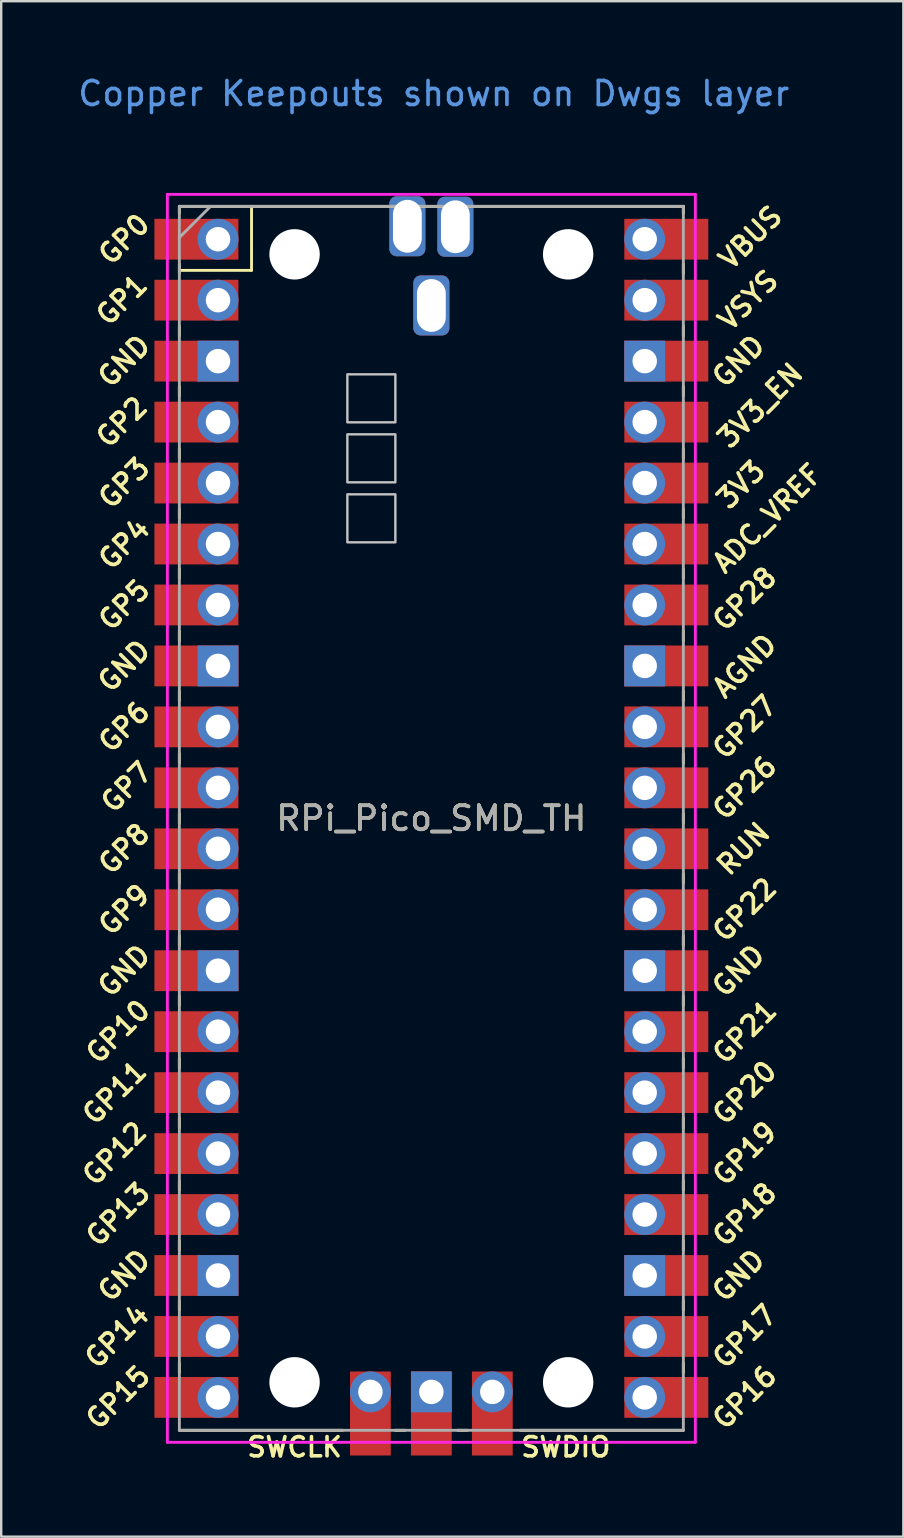
<source format=kicad_pcb>
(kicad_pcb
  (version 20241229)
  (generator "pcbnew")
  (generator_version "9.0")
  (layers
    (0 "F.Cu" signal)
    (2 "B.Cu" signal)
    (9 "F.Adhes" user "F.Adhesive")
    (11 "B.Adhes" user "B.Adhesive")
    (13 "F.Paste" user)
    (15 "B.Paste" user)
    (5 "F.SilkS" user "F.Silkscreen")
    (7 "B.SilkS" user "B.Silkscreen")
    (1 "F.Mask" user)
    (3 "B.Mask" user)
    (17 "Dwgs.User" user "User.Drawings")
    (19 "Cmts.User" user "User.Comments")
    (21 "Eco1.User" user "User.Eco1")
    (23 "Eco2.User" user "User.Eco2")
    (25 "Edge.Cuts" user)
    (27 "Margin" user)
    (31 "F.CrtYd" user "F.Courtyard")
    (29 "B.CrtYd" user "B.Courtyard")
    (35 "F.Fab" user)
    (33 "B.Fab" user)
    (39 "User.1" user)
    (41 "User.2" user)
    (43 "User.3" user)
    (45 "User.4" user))
  (footprint "RPi_Pico_SMD_TH"
    (layer "F.Cu")
    (at 14.924 31.048)
    (property "Reference" "RPi_Pico_SMD_TH" (at 0 0 0) (layer "F.SilkS") (effects (font (size 1 1) (thickness 0.15))))
    (attr through_hole)
    (fp_line (start -10.5 -25.5) (end -10.5 -25.2) (stroke (width 0.12) (type solid)) (layer "F.SilkS"))
    (fp_line (start -10.5 -25.5) (end 10.5 -25.5) (stroke (width 0.12) (type solid)) (layer "F.SilkS"))
    (fp_line (start -10.5 -23.1) (end -10.5 -22.7) (stroke (width 0.12) (type solid)) (layer "F.SilkS"))
    (fp_line (start -10.5 -22.833) (end -7.493 -22.833) (stroke (width 0.12) (type solid)) (layer "F.SilkS"))
    (fp_line (start -10.5 -20.5) (end -10.5 -20.1) (stroke (width 0.12) (type solid)) (layer "F.SilkS"))
    (fp_line (start -10.5 -18) (end -10.5 -17.6) (stroke (width 0.12) (type solid)) (layer "F.SilkS"))
    (fp_line (start -10.5 -15.4) (end -10.5 -15) (stroke (width 0.12) (type solid)) (layer "F.SilkS"))
    (fp_line (start -10.5 -12.9) (end -10.5 -12.5) (stroke (width 0.12) (type solid)) (layer "F.SilkS"))
    (fp_line (start -10.5 -10.4) (end -10.5 -10) (stroke (width 0.12) (type solid)) (layer "F.SilkS"))
    (fp_line (start -10.5 -7.8) (end -10.5 -7.4) (stroke (width 0.12) (type solid)) (layer "F.SilkS"))
    (fp_line (start -10.5 -5.3) (end -10.5 -4.9) (stroke (width 0.12) (type solid)) (layer "F.SilkS"))
    (fp_line (start -10.5 -2.7) (end -10.5 -2.3) (stroke (width 0.12) (type solid)) (layer "F.SilkS"))
    (fp_line (start -10.5 -0.2) (end -10.5 0.2) (stroke (width 0.12) (type solid)) (layer "F.SilkS"))
    (fp_line (start -10.5 2.3) (end -10.5 2.7) (stroke (width 0.12) (type solid)) (layer "F.SilkS"))
    (fp_line (start -10.5 4.9) (end -10.5 5.3) (stroke (width 0.12) (type solid)) (layer "F.SilkS"))
    (fp_line (start -10.5 7.4) (end -10.5 7.8) (stroke (width 0.12) (type solid)) (layer "F.SilkS"))
    (fp_line (start -10.5 10) (end -10.5 10.4) (stroke (width 0.12) (type solid)) (layer "F.SilkS"))
    (fp_line (start -10.5 12.5) (end -10.5 12.9) (stroke (width 0.12) (type solid)) (layer "F.SilkS"))
    (fp_line (start -10.5 15.1) (end -10.5 15.5) (stroke (width 0.12) (type solid)) (layer "F.SilkS"))
    (fp_line (start -10.5 17.6) (end -10.5 18) (stroke (width 0.12) (type solid)) (layer "F.SilkS"))
    (fp_line (start -10.5 20.1) (end -10.5 20.5) (stroke (width 0.12) (type solid)) (layer "F.SilkS"))
    (fp_line (start -10.5 22.7) (end -10.5 23.1) (stroke (width 0.12) (type solid)) (layer "F.SilkS"))
    (fp_line (start -7.493 -22.833) (end -7.493 -25.5) (stroke (width 0.12) (type solid)) (layer "F.SilkS"))
    (fp_line (start -3.7 25.5) (end -10.5 25.5) (stroke (width 0.12) (type solid)) (layer "F.SilkS"))
    (fp_line (start -1.5 25.5) (end -1.1 25.5) (stroke (width 0.12) (type solid)) (layer "F.SilkS"))
    (fp_line (start 1.1 25.5) (end 1.5 25.5) (stroke (width 0.12) (type solid)) (layer "F.SilkS"))
    (fp_line (start 10.5 -25.5) (end 10.5 -25.2) (stroke (width 0.12) (type solid)) (layer "F.SilkS"))
    (fp_line (start 10.5 -23.1) (end 10.5 -22.7) (stroke (width 0.12) (type solid)) (layer "F.SilkS"))
    (fp_line (start 10.5 -20.5) (end 10.5 -20.1) (stroke (width 0.12) (type solid)) (layer "F.SilkS"))
    (fp_line (start 10.5 -18) (end 10.5 -17.6) (stroke (width 0.12) (type solid)) (layer "F.SilkS"))
    (fp_line (start 10.5 -15.4) (end 10.5 -15) (stroke (width 0.12) (type solid)) (layer "F.SilkS"))
    (fp_line (start 10.5 -12.9) (end 10.5 -12.5) (stroke (width 0.12) (type solid)) (layer "F.SilkS"))
    (fp_line (start 10.5 -10.4) (end 10.5 -10) (stroke (width 0.12) (type solid)) (layer "F.SilkS"))
    (fp_line (start 10.5 -7.8) (end 10.5 -7.4) (stroke (width 0.12) (type solid)) (layer "F.SilkS"))
    (fp_line (start 10.5 -5.3) (end 10.5 -4.9) (stroke (width 0.12) (type solid)) (layer "F.SilkS"))
    (fp_line (start 10.5 -2.7) (end 10.5 -2.3) (stroke (width 0.12) (type solid)) (layer "F.SilkS"))
    (fp_line (start 10.5 -0.2) (end 10.5 0.2) (stroke (width 0.12) (type solid)) (layer "F.SilkS"))
    (fp_line (start 10.5 2.3) (end 10.5 2.7) (stroke (width 0.12) (type solid)) (layer "F.SilkS"))
    (fp_line (start 10.5 4.9) (end 10.5 5.3) (stroke (width 0.12) (type solid)) (layer "F.SilkS"))
    (fp_line (start 10.5 7.4) (end 10.5 7.8) (stroke (width 0.12) (type solid)) (layer "F.SilkS"))
    (fp_line (start 10.5 10) (end 10.5 10.4) (stroke (width 0.12) (type solid)) (layer "F.SilkS"))
    (fp_line (start 10.5 12.5) (end 10.5 12.9) (stroke (width 0.12) (type solid)) (layer "F.SilkS"))
    (fp_line (start 10.5 15.1) (end 10.5 15.5) (stroke (width 0.12) (type solid)) (layer "F.SilkS"))
    (fp_line (start 10.5 17.6) (end 10.5 18) (stroke (width 0.12) (type solid)) (layer "F.SilkS"))
    (fp_line (start 10.5 20.1) (end 10.5 20.5) (stroke (width 0.12) (type solid)) (layer "F.SilkS"))
    (fp_line (start 10.5 22.7) (end 10.5 23.1) (stroke (width 0.12) (type solid)) (layer "F.SilkS"))
    (fp_line (start 10.5 25.5) (end 3.7 25.5) (stroke (width 0.12) (type solid)) (layer "F.SilkS"))
    (fp_poly (pts (xy -1.5 -16.5) (xy -3.5 -16.5) (xy -3.5 -18.5) (xy -1.5 -18.5)) (stroke (width 0.1) (type solid)) (fill no) (layer "Dwgs.User"))
    (fp_poly (pts (xy -1.5 -14) (xy -3.5 -14) (xy -3.5 -16) (xy -1.5 -16)) (stroke (width 0.1) (type solid)) (fill no) (layer "Dwgs.User"))
    (fp_poly (pts (xy -1.5 -11.5) (xy -3.5 -11.5) (xy -3.5 -13.5) (xy -1.5 -13.5)) (stroke (width 0.1) (type solid)) (fill no) (layer "Dwgs.User"))
    (fp_line (start -11 -26) (end 11 -26) (stroke (width 0.12) (type solid)) (layer "F.CrtYd"))
    (fp_line (start -11 26) (end -11 -26) (stroke (width 0.12) (type solid)) (layer "F.CrtYd"))
    (fp_line (start 11 -26) (end 11 26) (stroke (width 0.12) (type solid)) (layer "F.CrtYd"))
    (fp_line (start 11 26) (end -11 26) (stroke (width 0.12) (type solid)) (layer "F.CrtYd"))
    (fp_line (start -10.5 -25.5) (end 10.5 -25.5) (stroke (width 0.12) (type solid)) (layer "F.Fab"))
    (fp_line (start -10.5 -24.2) (end -9.2 -25.5) (stroke (width 0.12) (type solid)) (layer "F.Fab"))
    (fp_line (start -10.5 25.5) (end -10.5 -25.5) (stroke (width 0.12) (type solid)) (layer "F.Fab"))
    (fp_line (start 10.5 -25.5) (end 10.5 25.5) (stroke (width 0.12) (type solid)) (layer "F.Fab"))
    (fp_line (start 10.5 25.5) (end -10.5 25.5) (stroke (width 0.12) (type solid)) (layer "F.Fab"))
    (fp_text user "GP0" (at -12.8 -24.13 45) (layer "F.SilkS") (effects (font (size 0.8 0.8) (thickness 0.15))))
    (fp_text user "GP9" (at -12.8 3.81 45) (layer "F.SilkS") (effects (font (size 0.8 0.8) (thickness 0.15))))
    (fp_text user "ADC_VREF" (at 14 -12.5 45) (layer "F.SilkS") (effects (font (size 0.8 0.8) (thickness 0.15))))
    (fp_text user "GP8" (at -12.8 1.27 45) (layer "F.SilkS") (effects (font (size 0.8 0.8) (thickness 0.15))))
    (fp_text user "GP16" (at 13.054 24.13 45) (layer "F.SilkS") (effects (font (size 0.8 0.8) (thickness 0.15))))
    (fp_text user "GP11" (at -13.2 11.43 45) (layer "F.SilkS") (effects (font (size 0.8 0.8) (thickness 0.15))))
    (fp_text user "GP18" (at 13.054 16.51 45) (layer "F.SilkS") (effects (font (size 0.8 0.8) (thickness 0.15))))
    (fp_text user "3V3" (at 12.9 -13.9 45) (layer "F.SilkS") (effects (font (size 0.8 0.8) (thickness 0.15))))
    (fp_text user "GP27" (at 13.054 -3.8 45) (layer "F.SilkS") (effects (font (size 0.8 0.8) (thickness 0.15))))
    (fp_text user "GP20" (at 13.054 11.43 45) (layer "F.SilkS") (effects (font (size 0.8 0.8) (thickness 0.15))))
    (fp_text user "GP5" (at -12.8 -8.89 45) (layer "F.SilkS") (effects (font (size 0.8 0.8) (thickness 0.15))))
    (fp_text user "GP22" (at 13.054 3.81 45) (layer "F.SilkS") (effects (font (size 0.8 0.8) (thickness 0.15))))
    (fp_text user "GP26" (at 13.054 -1.27 45) (layer "F.SilkS") (effects (font (size 0.8 0.8) (thickness 0.15))))
    (fp_text user "GP15" (at -13.054 24.13 45) (layer "F.SilkS") (effects (font (size 0.8 0.8) (thickness 0.15))))
    (fp_text user "GP1" (at -12.9 -21.6 45) (layer "F.SilkS") (effects (font (size 0.8 0.8) (thickness 0.15))))
    (fp_text user "SWDIO" (at 5.6 26.2 0) (layer "F.SilkS") (effects (font (size 0.8 0.8) (thickness 0.15))))
    (fp_text user "VBUS" (at 13.3 -24.2 45) (layer "F.SilkS") (effects (font (size 0.8 0.8) (thickness 0.15))))
    (fp_text user "GP13" (at -13.054 16.51 45) (layer "F.SilkS") (effects (font (size 0.8 0.8) (thickness 0.15))))
    (fp_text user "3V3_EN" (at 13.7 -17.2 45) (layer "F.SilkS") (effects (font (size 0.8 0.8) (thickness 0.15))))
    (fp_text user "GP28" (at 13.054 -9.144 45) (layer "F.SilkS") (effects (font (size 0.8 0.8) (thickness 0.15))))
    (fp_text user "GP7" (at -12.7 -1.3 45) (layer "F.SilkS") (effects (font (size 0.8 0.8) (thickness 0.15))))
    (fp_text user "GND" (at -12.8 -6.35 45) (layer "F.SilkS") (effects (font (size 0.8 0.8) (thickness 0.15))))
    (fp_text user "GND" (at -12.8 19.05 45) (layer "F.SilkS") (effects (font (size 0.8 0.8) (thickness 0.15))))
    (fp_text user "GP19" (at 13.054 13.97 45) (layer "F.SilkS") (effects (font (size 0.8 0.8) (thickness 0.15))))
    (fp_text user "GP4" (at -12.8 -11.43 45) (layer "F.SilkS") (effects (font (size 0.8 0.8) (thickness 0.15))))
    (fp_text user "GND" (at 12.8 6.35 45) (layer "F.SilkS") (effects (font (size 0.8 0.8) (thickness 0.15))))
    (fp_text user "GND" (at -12.8 -19.05 45) (layer "F.SilkS") (effects (font (size 0.8 0.8) (thickness 0.15))))
    (fp_text user "VSYS" (at 13.2 -21.59 45) (layer "F.SilkS") (effects (font (size 0.8 0.8) (thickness 0.15))))
    (fp_text user "GND" (at 12.8 19.05 45) (layer "F.SilkS") (effects (font (size 0.8 0.8) (thickness 0.15))))
    (fp_text user "GP12" (at -13.2 13.97 45) (layer "F.SilkS") (effects (font (size 0.8 0.8) (thickness 0.15))))
    (fp_text user "GP21" (at 13.054 8.9 45) (layer "F.SilkS") (effects (font (size 0.8 0.8) (thickness 0.15))))
    (fp_text user "RUN" (at 13 1.27 45) (layer "F.SilkS") (effects (font (size 0.8 0.8) (thickness 0.15))))
    (fp_text user "GP2" (at -12.9 -16.51 45) (layer "F.SilkS") (effects (font (size 0.8 0.8) (thickness 0.15))))
    (fp_text user "SWCLK" (at -5.7 26.2 0) (layer "F.SilkS") (effects (font (size 0.8 0.8) (thickness 0.15))))
    (fp_text user "GP14" (at -13.1 21.59 45) (layer "F.SilkS") (effects (font (size 0.8 0.8) (thickness 0.15))))
    (fp_text user "GP3" (at -12.8 -13.97 45) (layer "F.SilkS") (effects (font (size 0.8 0.8) (thickness 0.15))))
    (fp_text user "GP10" (at -13.054 8.89 45) (layer "F.SilkS") (effects (font (size 0.8 0.8) (thickness 0.15))))
    (fp_text user "AGND" (at 13.054 -6.35 45) (layer "F.SilkS") (effects (font (size 0.8 0.8) (thickness 0.15))))
    (fp_text user "GND" (at 12.8 -19.05 45) (layer "F.SilkS") (effects (font (size 0.8 0.8) (thickness 0.15))))
    (fp_text user "GP17" (at 13.054 21.59 45) (layer "F.SilkS") (effects (font (size 0.8 0.8) (thickness 0.15))))
    (fp_text user "GP6" (at -12.8 -3.81 45) (layer "F.SilkS") (effects (font (size 0.8 0.8) (thickness 0.15))))
    (fp_text user "GND" (at -12.8 6.35 45) (layer "F.SilkS") (effects (font (size 0.8 0.8) (thickness 0.15))))
    (fp_text user "Copper Keepouts shown on Dwgs layer" (at 0.1 -30.2 0) (layer "Cmts.User") (effects (font (size 1 1) (thickness 0.15))))
    (fp_text user "${REFERENCE}" (at 0 0 180) (layer "F.Fab") (effects (font (size 1 1) (thickness 0.15))))
    (pad "" np_thru_hole circle (at -5.7 -23.5) (size 2.1 2.1) (drill 2.1) (layers "*.Cu" "*.Mask"))
    (pad "" np_thru_hole circle (at -5.7 23.5) (size 2.1 2.1) (drill 2.1) (layers "*.Cu" "*.Mask"))
    (pad "" np_thru_hole circle (at 5.7 -23.5) (size 2.1 2.1) (drill 2.1) (layers "*.Cu" "*.Mask"))
    (pad "" np_thru_hole circle (at 5.7 23.5) (size 2.1 2.1) (drill 2.1) (layers "*.Cu" "*.Mask"))
    (pad "1" thru_hole oval (at -8.89 -24.13) (size 1.7 1.7) (drill 1.02) (layers "*.Cu" "*.Mask"))
    (pad "1" smd rect (at -8.89 -24.13) (size 3.5 1.7) (drill (offset -0.9 0)) (layers "F.Cu" "F.Mask"))
    (pad "2" thru_hole oval (at -8.89 -21.59) (size 1.7 1.7) (drill 1.02) (layers "*.Cu" "*.Mask"))
    (pad "2" smd rect (at -8.89 -21.59) (size 3.5 1.7) (drill (offset -0.9 0)) (layers "F.Cu" "F.Mask"))
    (pad "3" thru_hole rect (at -8.89 -19.05) (size 1.7 1.7) (drill 1.02) (layers "*.Cu" "*.Mask"))
    (pad "3" smd rect (at -8.89 -19.05) (size 3.5 1.7) (drill (offset -0.9 0)) (layers "F.Cu" "F.Mask"))
    (pad "4" thru_hole oval (at -8.89 -16.51) (size 1.7 1.7) (drill 1.02) (layers "*.Cu" "*.Mask"))
    (pad "4" smd rect (at -8.89 -16.51) (size 3.5 1.7) (drill (offset -0.9 0)) (layers "F.Cu" "F.Mask"))
    (pad "5" thru_hole oval (at -8.89 -13.97) (size 1.7 1.7) (drill 1.02) (layers "*.Cu" "*.Mask"))
    (pad "5" smd rect (at -8.89 -13.97) (size 3.5 1.7) (drill (offset -0.9 0)) (layers "F.Cu" "F.Mask"))
    (pad "6" thru_hole oval (at -8.89 -11.43) (size 1.7 1.7) (drill 1.02) (layers "*.Cu" "*.Mask"))
    (pad "6" smd rect (at -8.89 -11.43) (size 3.5 1.7) (drill (offset -0.9 0)) (layers "F.Cu" "F.Mask"))
    (pad "7" thru_hole oval (at -8.89 -8.89) (size 1.7 1.7) (drill 1.02) (layers "*.Cu" "*.Mask"))
    (pad "7" smd rect (at -8.89 -8.89) (size 3.5 1.7) (drill (offset -0.9 0)) (layers "F.Cu" "F.Mask"))
    (pad "8" thru_hole rect (at -8.89 -6.35) (size 1.7 1.7) (drill 1.02) (layers "*.Cu" "*.Mask"))
    (pad "8" smd rect (at -8.89 -6.35) (size 3.5 1.7) (drill (offset -0.9 0)) (layers "F.Cu" "F.Mask"))
    (pad "9" thru_hole oval (at -8.89 -3.81) (size 1.7 1.7) (drill 1.02) (layers "*.Cu" "*.Mask"))
    (pad "9" smd rect (at -8.89 -3.81) (size 3.5 1.7) (drill (offset -0.9 0)) (layers "F.Cu" "F.Mask"))
    (pad "10" thru_hole oval (at -8.89 -1.27) (size 1.7 1.7) (drill 1.02) (layers "*.Cu" "*.Mask"))
    (pad "10" smd rect (at -8.89 -1.27) (size 3.5 1.7) (drill (offset -0.9 0)) (layers "F.Cu" "F.Mask"))
    (pad "11" thru_hole oval (at -8.89 1.27) (size 1.7 1.7) (drill 1.02) (layers "*.Cu" "*.Mask"))
    (pad "11" smd rect (at -8.89 1.27) (size 3.5 1.7) (drill (offset -0.9 0)) (layers "F.Cu" "F.Mask"))
    (pad "12" thru_hole oval (at -8.89 3.81) (size 1.7 1.7) (drill 1.02) (layers "*.Cu" "*.Mask"))
    (pad "12" smd rect (at -8.89 3.81) (size 3.5 1.7) (drill (offset -0.9 0)) (layers "F.Cu" "F.Mask"))
    (pad "13" thru_hole rect (at -8.89 6.35) (size 1.7 1.7) (drill 1.02) (layers "*.Cu" "*.Mask"))
    (pad "13" smd rect (at -8.89 6.35) (size 3.5 1.7) (drill (offset -0.9 0)) (layers "F.Cu" "F.Mask"))
    (pad "14" thru_hole oval (at -8.89 8.89) (size 1.7 1.7) (drill 1.02) (layers "*.Cu" "*.Mask"))
    (pad "14" smd rect (at -8.89 8.89) (size 3.5 1.7) (drill (offset -0.9 0)) (layers "F.Cu" "F.Mask"))
    (pad "15" thru_hole oval (at -8.89 11.43) (size 1.7 1.7) (drill 1.02) (layers "*.Cu" "*.Mask"))
    (pad "15" smd rect (at -8.89 11.43) (size 3.5 1.7) (drill (offset -0.9 0)) (layers "F.Cu" "F.Mask"))
    (pad "16" thru_hole oval (at -8.89 13.97) (size 1.7 1.7) (drill 1.02) (layers "*.Cu" "*.Mask"))
    (pad "16" smd rect (at -8.89 13.97) (size 3.5 1.7) (drill (offset -0.9 0)) (layers "F.Cu" "F.Mask"))
    (pad "17" thru_hole oval (at -8.89 16.51) (size 1.7 1.7) (drill 1.02) (layers "*.Cu" "*.Mask"))
    (pad "17" smd rect (at -8.89 16.51) (size 3.5 1.7) (drill (offset -0.9 0)) (layers "F.Cu" "F.Mask"))
    (pad "18" thru_hole rect (at -8.89 19.05) (size 1.7 1.7) (drill 1.02) (layers "*.Cu" "*.Mask"))
    (pad "18" smd rect (at -8.89 19.05) (size 3.5 1.7) (drill (offset -0.9 0)) (layers "F.Cu" "F.Mask"))
    (pad "19" thru_hole oval (at -8.89 21.59) (size 1.7 1.7) (drill 1.02) (layers "*.Cu" "*.Mask"))
    (pad "19" smd rect (at -8.89 21.59) (size 3.5 1.7) (drill (offset -0.9 0)) (layers "F.Cu" "F.Mask"))
    (pad "20" thru_hole oval (at -8.89 24.13) (size 1.7 1.7) (drill 1.02) (layers "*.Cu" "*.Mask"))
    (pad "20" smd rect (at -8.89 24.13) (size 3.5 1.7) (drill (offset -0.9 0)) (layers "F.Cu" "F.Mask"))
    (pad "21" thru_hole oval (at 8.89 24.13) (size 1.7 1.7) (drill 1.02) (layers "*.Cu" "*.Mask"))
    (pad "21" smd rect (at 8.89 24.13) (size 3.5 1.7) (drill (offset 0.9 0)) (layers "F.Cu" "F.Mask"))
    (pad "22" thru_hole oval (at 8.89 21.59) (size 1.7 1.7) (drill 1.02) (layers "*.Cu" "*.Mask"))
    (pad "22" smd rect (at 8.89 21.59) (size 3.5 1.7) (drill (offset 0.9 0)) (layers "F.Cu" "F.Mask"))
    (pad "23" thru_hole rect (at 8.89 19.05) (size 1.7 1.7) (drill 1.02) (layers "*.Cu" "*.Mask"))
    (pad "23" smd rect (at 8.89 19.05) (size 3.5 1.7) (drill (offset 0.9 0)) (layers "F.Cu" "F.Mask"))
    (pad "24" thru_hole oval (at 8.89 16.51) (size 1.7 1.7) (drill 1.02) (layers "*.Cu" "*.Mask"))
    (pad "24" smd rect (at 8.89 16.51) (size 3.5 1.7) (drill (offset 0.9 0)) (layers "F.Cu" "F.Mask"))
    (pad "25" thru_hole oval (at 8.89 13.97) (size 1.7 1.7) (drill 1.02) (layers "*.Cu" "*.Mask"))
    (pad "25" smd rect (at 8.89 13.97) (size 3.5 1.7) (drill (offset 0.9 0)) (layers "F.Cu" "F.Mask"))
    (pad "26" thru_hole oval (at 8.89 11.43) (size 1.7 1.7) (drill 1.02) (layers "*.Cu" "*.Mask"))
    (pad "26" smd rect (at 8.89 11.43) (size 3.5 1.7) (drill (offset 0.9 0)) (layers "F.Cu" "F.Mask"))
    (pad "27" thru_hole oval (at 8.89 8.89) (size 1.7 1.7) (drill 1.02) (layers "*.Cu" "*.Mask"))
    (pad "27" smd rect (at 8.89 8.89) (size 3.5 1.7) (drill (offset 0.9 0)) (layers "F.Cu" "F.Mask"))
    (pad "28" thru_hole rect (at 8.89 6.35) (size 1.7 1.7) (drill 1.02) (layers "*.Cu" "*.Mask"))
    (pad "28" smd rect (at 8.89 6.35) (size 3.5 1.7) (drill (offset 0.9 0)) (layers "F.Cu" "F.Mask"))
    (pad "29" thru_hole oval (at 8.89 3.81) (size 1.7 1.7) (drill 1.02) (layers "*.Cu" "*.Mask"))
    (pad "29" smd rect (at 8.89 3.81) (size 3.5 1.7) (drill (offset 0.9 0)) (layers "F.Cu" "F.Mask"))
    (pad "30" thru_hole oval (at 8.89 1.27) (size 1.7 1.7) (drill 1.02) (layers "*.Cu" "*.Mask"))
    (pad "30" smd rect (at 8.89 1.27) (size 3.5 1.7) (drill (offset 0.9 0)) (layers "F.Cu" "F.Mask"))
    (pad "31" thru_hole oval (at 8.89 -1.27) (size 1.7 1.7) (drill 1.02) (layers "*.Cu" "*.Mask"))
    (pad "31" smd rect (at 8.89 -1.27) (size 3.5 1.7) (drill (offset 0.9 0)) (layers "F.Cu" "F.Mask"))
    (pad "32" thru_hole oval (at 8.89 -3.81) (size 1.7 1.7) (drill 1.02) (layers "*.Cu" "*.Mask"))
    (pad "32" smd rect (at 8.89 -3.81) (size 3.5 1.7) (drill (offset 0.9 0)) (layers "F.Cu" "F.Mask"))
    (pad "33" thru_hole rect (at 8.89 -6.35) (size 1.7 1.7) (drill 1.02) (layers "*.Cu" "*.Mask"))
    (pad "33" smd rect (at 8.89 -6.35) (size 3.5 1.7) (drill (offset 0.9 0)) (layers "F.Cu" "F.Mask"))
    (pad "34" thru_hole oval (at 8.89 -8.89) (size 1.7 1.7) (drill 1.02) (layers "*.Cu" "*.Mask"))
    (pad "34" smd rect (at 8.89 -8.89) (size 3.5 1.7) (drill (offset 0.9 0)) (layers "F.Cu" "F.Mask"))
    (pad "35" thru_hole oval (at 8.89 -11.43) (size 1.7 1.7) (drill 1.02) (layers "*.Cu" "*.Mask"))
    (pad "35" smd rect (at 8.89 -11.43) (size 3.5 1.7) (drill (offset 0.9 0)) (layers "F.Cu" "F.Mask"))
    (pad "36" thru_hole oval (at 8.89 -13.97) (size 1.7 1.7) (drill 1.02) (layers "*.Cu" "*.Mask"))
    (pad "36" smd rect (at 8.89 -13.97) (size 3.5 1.7) (drill (offset 0.9 0)) (layers "F.Cu" "F.Mask"))
    (pad "37" thru_hole oval (at 8.89 -16.51) (size 1.7 1.7) (drill 1.02) (layers "*.Cu" "*.Mask"))
    (pad "37" smd rect (at 8.89 -16.51) (size 3.5 1.7) (drill (offset 0.9 0)) (layers "F.Cu" "F.Mask"))
    (pad "38" thru_hole rect (at 8.89 -19.05) (size 1.7 1.7) (drill 1.02) (layers "*.Cu" "*.Mask"))
    (pad "38" smd rect (at 8.89 -19.05) (size 3.5 1.7) (drill (offset 0.9 0)) (layers "F.Cu" "F.Mask"))
    (pad "39" thru_hole oval (at 8.89 -21.59) (size 1.7 1.7) (drill 1.02) (layers "*.Cu" "*.Mask"))
    (pad "39" smd rect (at 8.89 -21.59) (size 3.5 1.7) (drill (offset 0.9 0)) (layers "F.Cu" "F.Mask"))
    (pad "40" thru_hole oval (at 8.89 -24.13) (size 1.7 1.7) (drill 1.02) (layers "*.Cu" "*.Mask"))
    (pad "40" smd rect (at 8.89 -24.13) (size 3.5 1.7) (drill (offset 0.9 0)) (layers "F.Cu" "F.Mask"))
    (pad "41" thru_hole oval (at -2.54 23.9) (size 1.7 1.7) (drill 1.02) (layers "*.Cu" "*.Mask"))
    (pad "41" smd rect (at -2.54 23.9 90) (size 3.5 1.7) (drill (offset -0.9 0)) (layers "F.Cu" "F.Mask"))
    (pad "42" thru_hole rect (at 0 23.9) (size 1.7 1.7) (drill 1.02) (layers "*.Cu" "*.Mask"))
    (pad "42" smd rect (at 0 23.9 90) (size 3.5 1.7) (drill (offset -0.9 0)) (layers "F.Cu" "F.Mask"))
    (pad "43" thru_hole oval (at 2.54 23.9) (size 1.7 1.7) (drill 1.02) (layers "*.Cu" "*.Mask"))
    (pad "43" smd rect (at 2.54 23.9 90) (size 3.5 1.7) (drill (offset -0.9 0)) (layers "F.Cu" "F.Mask"))
    (pad "TP1" thru_hole roundrect (at 0 -21.37) (size 1.5 2.5) (drill oval 1.2 2.2) (layers "*.Cu" "*.Mask") (roundrect_rratio 0.2))
    (pad "TP2" thru_hole roundrect (at 1 -24.65) (size 1.5 2.5) (drill oval 1.2 2.2) (layers "*.Cu" "*.Mask") (roundrect_rratio 0.2))
    (pad "TP3" thru_hole roundrect (at -1 -24.67) (size 1.5 2.5) (drill oval 1.2 2.2) (layers "*.Cu" "*.Mask") (roundrect_rratio 0.2)))
  (gr_rect
    (start -3 -3)
    (end 34.591 60.98)
    (stroke (width 0.1) (type default))
    (fill no)
    (layer "Edge.Cuts")))
</source>
